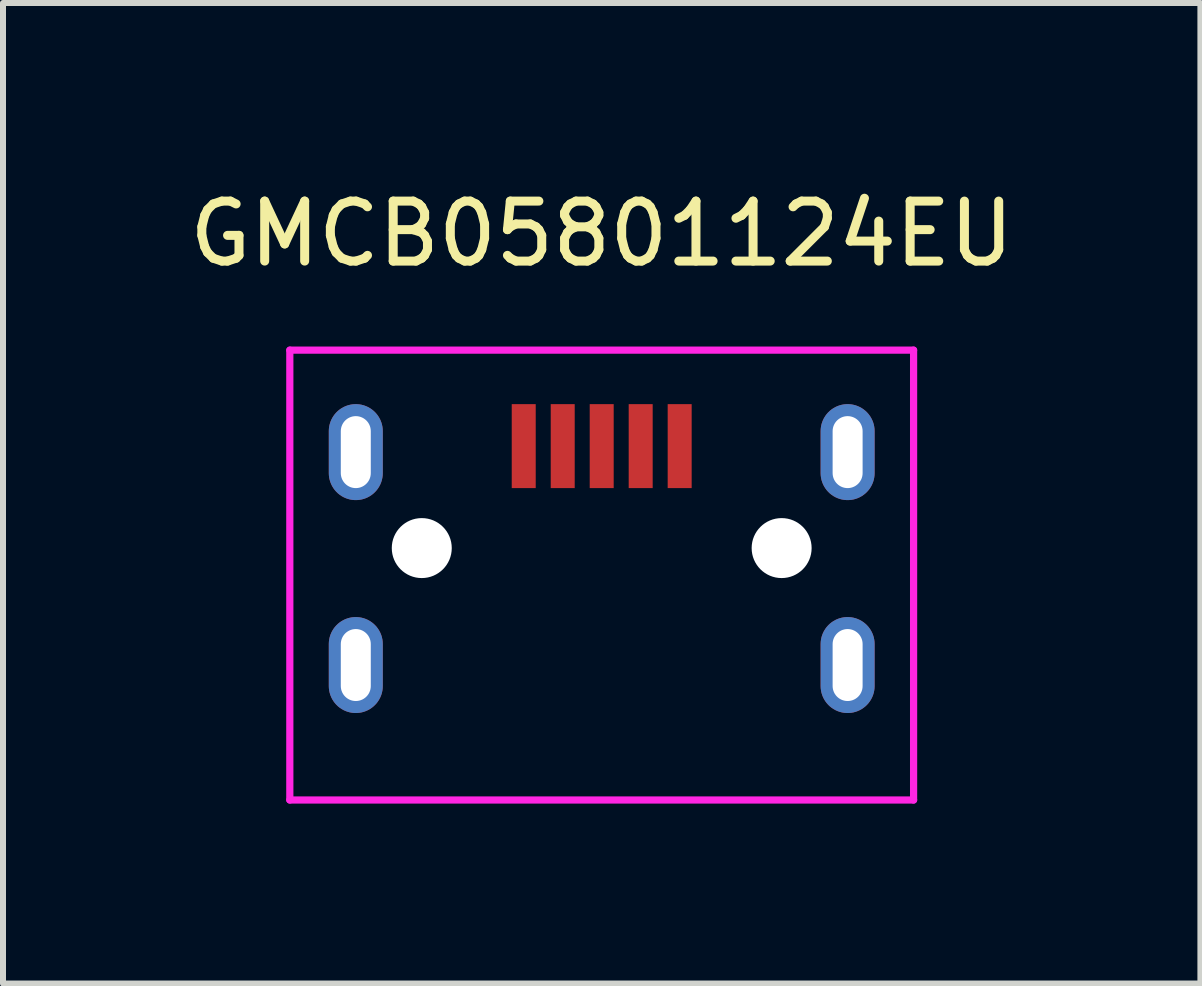
<source format=kicad_pcb>
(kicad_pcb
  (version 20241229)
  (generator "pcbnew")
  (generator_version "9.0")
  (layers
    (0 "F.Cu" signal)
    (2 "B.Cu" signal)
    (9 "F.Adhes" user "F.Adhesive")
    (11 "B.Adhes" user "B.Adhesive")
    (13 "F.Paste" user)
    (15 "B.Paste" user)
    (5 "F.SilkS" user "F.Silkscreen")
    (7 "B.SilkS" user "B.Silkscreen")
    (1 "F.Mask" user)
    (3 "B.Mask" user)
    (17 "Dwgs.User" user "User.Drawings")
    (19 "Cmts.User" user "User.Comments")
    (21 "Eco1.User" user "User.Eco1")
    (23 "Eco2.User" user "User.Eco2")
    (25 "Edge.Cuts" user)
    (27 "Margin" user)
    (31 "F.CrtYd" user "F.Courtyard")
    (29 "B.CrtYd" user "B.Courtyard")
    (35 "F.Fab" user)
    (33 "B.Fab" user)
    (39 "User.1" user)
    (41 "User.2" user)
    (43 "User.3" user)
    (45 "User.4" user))
  (footprint "GMCB05801124EU"
    (layer "F.Cu")
    (at 6.982 6.088)
    (property "Reference" "GMCB05801124EU" (at 0 -5.24 0) (layer "F.SilkS") (effects (font (size 1 1) (thickness 0.15))))
    (attr through_hole)
    (fp_line (start -5.2 -3.3) (end -5.2 4.2) (stroke (width 0.12) (type solid)) (layer "F.CrtYd"))
    (fp_line (start -5.2 -3.3) (end 5.2 -3.3) (stroke (width 0.12) (type solid)) (layer "F.CrtYd"))
    (fp_line (start -5.2 4.2) (end 5.2 4.2) (stroke (width 0.12) (type solid)) (layer "F.CrtYd"))
    (fp_line (start 5.2 -3.3) (end 5.2 4.2) (stroke (width 0.12) (type solid)) (layer "F.CrtYd"))
    (pad "" thru_hole oval (at -4.1 -1.6) (size 0.9 1.6) (drill oval 0.5 1.2) (layers "*.Cu" "*.Mask"))
    (pad "" thru_hole oval (at -4.1 1.95) (size 0.9 1.6) (drill oval 0.5 1.2) (layers "*.Cu" "*.Mask"))
    (pad "" np_thru_hole circle (at -3 0) (size 1 1) (drill 1) (layers "*.Cu" "*.Mask"))
    (pad "" np_thru_hole circle (at 3 0) (size 1 1) (drill 1) (layers "*.Cu" "*.Mask"))
    (pad "" thru_hole oval (at 4.1 -1.6) (size 0.9 1.6) (drill oval 0.5 1.2) (layers "*.Cu" "*.Mask"))
    (pad "" thru_hole oval (at 4.1 1.95) (size 0.9 1.6) (drill oval 0.5 1.2) (layers "*.Cu" "*.Mask"))
    (pad "1" smd rect (at -1.3 -1.7) (size 0.4 1.4) (layers "F.Cu" "F.Mask" "F.Paste"))
    (pad "2" smd rect (at -0.65 -1.7) (size 0.4 1.4) (layers "F.Cu" "F.Mask" "F.Paste"))
    (pad "3" smd rect (at 0 -1.7) (size 0.4 1.4) (layers "F.Cu" "F.Mask" "F.Paste"))
    (pad "4" smd rect (at 0.65 -1.7) (size 0.4 1.4) (layers "F.Cu" "F.Mask" "F.Paste"))
    (pad "5" smd rect (at 1.3 -1.7) (size 0.4 1.4) (layers "F.Cu" "F.Mask" "F.Paste")))
  (gr_rect
    (start -3 -3)
    (end 16.964 13.348)
    (stroke (width 0.1) (type default))
    (fill no)
    (layer "Edge.Cuts")))
</source>
